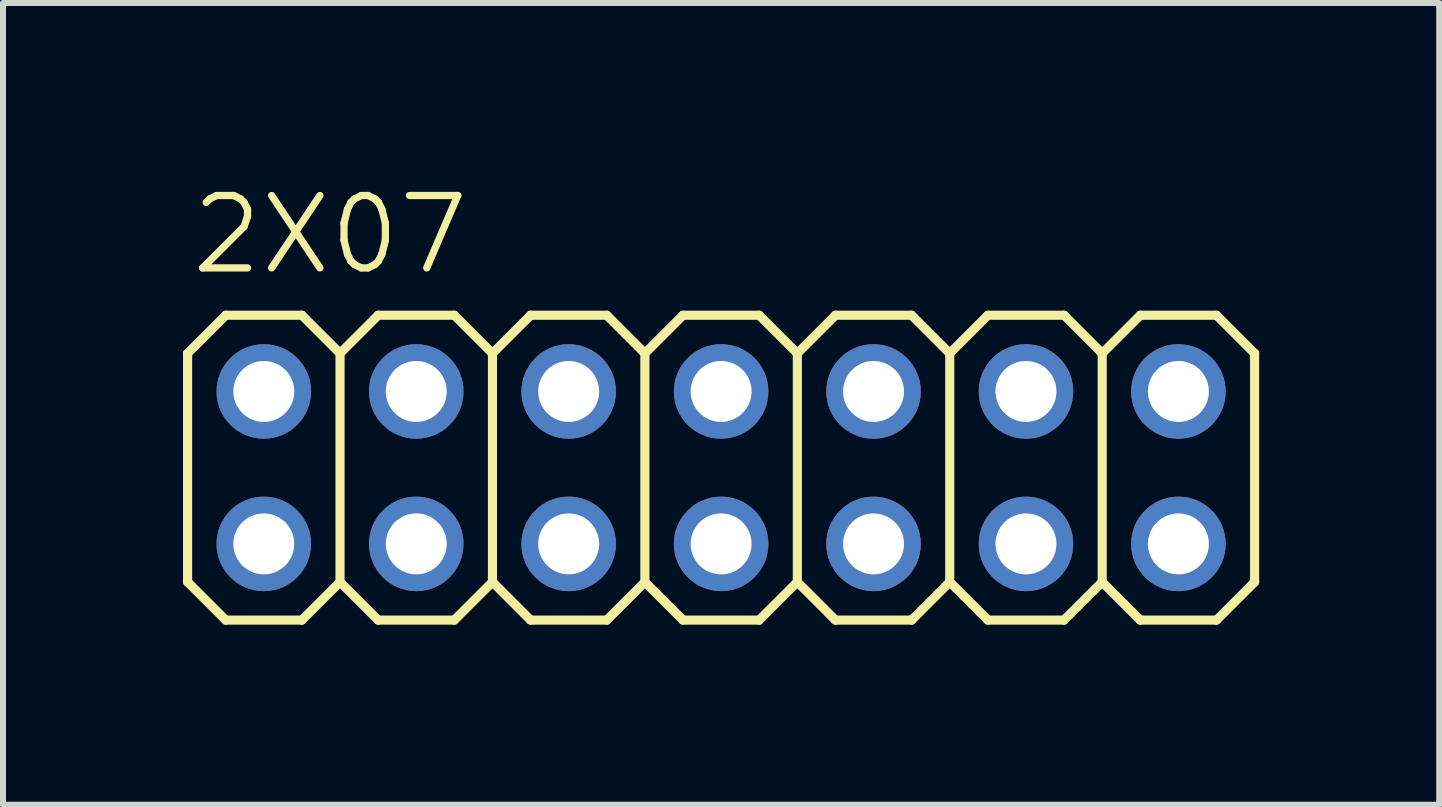
<source format=kicad_pcb>
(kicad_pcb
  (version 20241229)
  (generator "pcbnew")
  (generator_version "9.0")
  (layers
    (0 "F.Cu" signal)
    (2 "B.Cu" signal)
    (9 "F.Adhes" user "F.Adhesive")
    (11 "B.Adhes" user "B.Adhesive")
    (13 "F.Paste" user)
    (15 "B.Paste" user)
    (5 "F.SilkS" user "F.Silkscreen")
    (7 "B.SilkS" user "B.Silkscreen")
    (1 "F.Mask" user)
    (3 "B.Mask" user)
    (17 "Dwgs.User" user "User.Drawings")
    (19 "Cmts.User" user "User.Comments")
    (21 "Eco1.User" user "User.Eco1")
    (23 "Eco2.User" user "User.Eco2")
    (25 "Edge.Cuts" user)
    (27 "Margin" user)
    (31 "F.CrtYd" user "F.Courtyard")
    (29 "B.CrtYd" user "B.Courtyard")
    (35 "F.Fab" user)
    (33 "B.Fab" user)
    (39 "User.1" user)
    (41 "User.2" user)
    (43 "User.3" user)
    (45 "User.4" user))
  (footprint "2X07"
    (layer "F.Cu")
    (at 8.966 4.743)
    (property "Reference" "2X07" (at -8.89 -3.175 0) (layer "F.SilkS") (effects (font (size 1.206 1.206) (thickness 0.121)) (justify left bottom)))
    (attr through_hole)
    (fp_line (start -8.89 -1.905) (end -8.255 -2.54) (stroke (width 0.152) (type solid)) (layer "F.SilkS"))
    (fp_line (start -8.89 1.905) (end -8.89 -1.905) (stroke (width 0.152) (type solid)) (layer "F.SilkS"))
    (fp_line (start -8.89 1.905) (end -8.255 2.54) (stroke (width 0.152) (type solid)) (layer "F.SilkS"))
    (fp_line (start -8.255 -2.54) (end -6.985 -2.54) (stroke (width 0.152) (type solid)) (layer "F.SilkS"))
    (fp_line (start -8.255 2.54) (end -6.985 2.54) (stroke (width 0.152) (type solid)) (layer "F.SilkS"))
    (fp_line (start -6.985 -2.54) (end -6.35 -1.905) (stroke (width 0.152) (type solid)) (layer "F.SilkS"))
    (fp_line (start -6.985 2.54) (end -6.35 1.905) (stroke (width 0.152) (type solid)) (layer "F.SilkS"))
    (fp_line (start -6.35 -1.905) (end -6.35 1.905) (stroke (width 0.152) (type solid)) (layer "F.SilkS"))
    (fp_line (start -6.35 -1.905) (end -5.715 -2.54) (stroke (width 0.152) (type solid)) (layer "F.SilkS"))
    (fp_line (start -6.35 1.905) (end -5.715 2.54) (stroke (width 0.152) (type solid)) (layer "F.SilkS"))
    (fp_line (start -5.715 -2.54) (end -4.445 -2.54) (stroke (width 0.152) (type solid)) (layer "F.SilkS"))
    (fp_line (start -5.715 2.54) (end -4.445 2.54) (stroke (width 0.152) (type solid)) (layer "F.SilkS"))
    (fp_line (start -4.445 -2.54) (end -3.81 -1.905) (stroke (width 0.152) (type solid)) (layer "F.SilkS"))
    (fp_line (start -4.445 2.54) (end -3.81 1.905) (stroke (width 0.152) (type solid)) (layer "F.SilkS"))
    (fp_line (start -3.81 -1.905) (end -3.81 1.905) (stroke (width 0.152) (type solid)) (layer "F.SilkS"))
    (fp_line (start -3.81 -1.905) (end -3.175 -2.54) (stroke (width 0.152) (type solid)) (layer "F.SilkS"))
    (fp_line (start -3.81 1.905) (end -3.175 2.54) (stroke (width 0.152) (type solid)) (layer "F.SilkS"))
    (fp_line (start -3.175 -2.54) (end -1.905 -2.54) (stroke (width 0.152) (type solid)) (layer "F.SilkS"))
    (fp_line (start -3.175 2.54) (end -1.905 2.54) (stroke (width 0.152) (type solid)) (layer "F.SilkS"))
    (fp_line (start -1.905 -2.54) (end -1.27 -1.905) (stroke (width 0.152) (type solid)) (layer "F.SilkS"))
    (fp_line (start -1.905 2.54) (end -1.27 1.905) (stroke (width 0.152) (type solid)) (layer "F.SilkS"))
    (fp_line (start -1.27 -1.905) (end -1.27 1.905) (stroke (width 0.152) (type solid)) (layer "F.SilkS"))
    (fp_line (start -1.27 -1.905) (end -0.635 -2.54) (stroke (width 0.152) (type solid)) (layer "F.SilkS"))
    (fp_line (start -1.27 1.905) (end -0.635 2.54) (stroke (width 0.152) (type solid)) (layer "F.SilkS"))
    (fp_line (start -0.635 -2.54) (end 0.635 -2.54) (stroke (width 0.152) (type solid)) (layer "F.SilkS"))
    (fp_line (start -0.635 2.54) (end 0.635 2.54) (stroke (width 0.152) (type solid)) (layer "F.SilkS"))
    (fp_line (start 0.635 -2.54) (end 1.27 -1.905) (stroke (width 0.152) (type solid)) (layer "F.SilkS"))
    (fp_line (start 0.635 2.54) (end 1.27 1.905) (stroke (width 0.152) (type solid)) (layer "F.SilkS"))
    (fp_line (start 1.27 -1.905) (end 1.27 1.905) (stroke (width 0.152) (type solid)) (layer "F.SilkS"))
    (fp_line (start 1.27 -1.905) (end 1.905 -2.54) (stroke (width 0.152) (type solid)) (layer "F.SilkS"))
    (fp_line (start 1.27 1.905) (end 1.905 2.54) (stroke (width 0.152) (type solid)) (layer "F.SilkS"))
    (fp_line (start 1.905 -2.54) (end 3.175 -2.54) (stroke (width 0.152) (type solid)) (layer "F.SilkS"))
    (fp_line (start 1.905 2.54) (end 3.175 2.54) (stroke (width 0.152) (type solid)) (layer "F.SilkS"))
    (fp_line (start 3.175 -2.54) (end 3.81 -1.905) (stroke (width 0.152) (type solid)) (layer "F.SilkS"))
    (fp_line (start 3.175 2.54) (end 3.81 1.905) (stroke (width 0.152) (type solid)) (layer "F.SilkS"))
    (fp_line (start 3.81 -1.905) (end 3.81 1.905) (stroke (width 0.152) (type solid)) (layer "F.SilkS"))
    (fp_line (start 3.81 -1.905) (end 4.445 -2.54) (stroke (width 0.152) (type solid)) (layer "F.SilkS"))
    (fp_line (start 3.81 1.905) (end 4.445 2.54) (stroke (width 0.152) (type solid)) (layer "F.SilkS"))
    (fp_line (start 4.445 -2.54) (end 5.715 -2.54) (stroke (width 0.152) (type solid)) (layer "F.SilkS"))
    (fp_line (start 4.445 2.54) (end 5.715 2.54) (stroke (width 0.152) (type solid)) (layer "F.SilkS"))
    (fp_line (start 5.715 -2.54) (end 6.35 -1.905) (stroke (width 0.152) (type solid)) (layer "F.SilkS"))
    (fp_line (start 5.715 2.54) (end 6.35 1.905) (stroke (width 0.152) (type solid)) (layer "F.SilkS"))
    (fp_line (start 6.35 -1.905) (end 6.35 1.905) (stroke (width 0.152) (type solid)) (layer "F.SilkS"))
    (fp_line (start 6.35 -1.905) (end 6.985 -2.54) (stroke (width 0.152) (type solid)) (layer "F.SilkS"))
    (fp_line (start 6.35 1.905) (end 6.985 2.54) (stroke (width 0.152) (type solid)) (layer "F.SilkS"))
    (fp_line (start 6.985 -2.54) (end 8.255 -2.54) (stroke (width 0.152) (type solid)) (layer "F.SilkS"))
    (fp_line (start 6.985 2.54) (end 8.255 2.54) (stroke (width 0.152) (type solid)) (layer "F.SilkS"))
    (fp_line (start 8.255 -2.54) (end 8.89 -1.905) (stroke (width 0.152) (type solid)) (layer "F.SilkS"))
    (fp_line (start 8.255 2.54) (end 8.89 1.905) (stroke (width 0.152) (type solid)) (layer "F.SilkS"))
    (fp_line (start 8.89 -1.905) (end 8.89 1.905) (stroke (width 0.152) (type solid)) (layer "F.SilkS"))
    (fp_poly (pts (xy -7.874 -1.016) (xy -7.366 -1.016) (xy -7.366 -1.524) (xy -7.874 -1.524)) (stroke (width 0.1) (type solid)) (fill no) (layer "F.Fab"))
    (fp_poly (pts (xy -7.874 1.524) (xy -7.366 1.524) (xy -7.366 1.016) (xy -7.874 1.016)) (stroke (width 0.1) (type solid)) (fill no) (layer "F.Fab"))
    (fp_poly (pts (xy -5.334 -1.016) (xy -4.826 -1.016) (xy -4.826 -1.524) (xy -5.334 -1.524)) (stroke (width 0.1) (type solid)) (fill no) (layer "F.Fab"))
    (fp_poly (pts (xy -5.334 1.524) (xy -4.826 1.524) (xy -4.826 1.016) (xy -5.334 1.016)) (stroke (width 0.1) (type solid)) (fill no) (layer "F.Fab"))
    (fp_poly (pts (xy -2.794 -1.016) (xy -2.286 -1.016) (xy -2.286 -1.524) (xy -2.794 -1.524)) (stroke (width 0.1) (type solid)) (fill no) (layer "F.Fab"))
    (fp_poly (pts (xy -2.794 1.524) (xy -2.286 1.524) (xy -2.286 1.016) (xy -2.794 1.016)) (stroke (width 0.1) (type solid)) (fill no) (layer "F.Fab"))
    (fp_poly (pts (xy -0.254 -1.016) (xy 0.254 -1.016) (xy 0.254 -1.524) (xy -0.254 -1.524)) (stroke (width 0.1) (type solid)) (fill no) (layer "F.Fab"))
    (fp_poly (pts (xy -0.254 1.524) (xy 0.254 1.524) (xy 0.254 1.016) (xy -0.254 1.016)) (stroke (width 0.1) (type solid)) (fill no) (layer "F.Fab"))
    (fp_poly (pts (xy 2.286 -1.016) (xy 2.794 -1.016) (xy 2.794 -1.524) (xy 2.286 -1.524)) (stroke (width 0.1) (type solid)) (fill no) (layer "F.Fab"))
    (fp_poly (pts (xy 2.286 1.524) (xy 2.794 1.524) (xy 2.794 1.016) (xy 2.286 1.016)) (stroke (width 0.1) (type solid)) (fill no) (layer "F.Fab"))
    (fp_poly (pts (xy 4.826 -1.016) (xy 5.334 -1.016) (xy 5.334 -1.524) (xy 4.826 -1.524)) (stroke (width 0.1) (type solid)) (fill no) (layer "F.Fab"))
    (fp_poly (pts (xy 4.826 1.524) (xy 5.334 1.524) (xy 5.334 1.016) (xy 4.826 1.016)) (stroke (width 0.1) (type solid)) (fill no) (layer "F.Fab"))
    (fp_poly (pts (xy 7.366 -1.016) (xy 7.874 -1.016) (xy 7.874 -1.524) (xy 7.366 -1.524)) (stroke (width 0.1) (type solid)) (fill no) (layer "F.Fab"))
    (fp_poly (pts (xy 7.366 1.524) (xy 7.874 1.524) (xy 7.874 1.016) (xy 7.366 1.016)) (stroke (width 0.1) (type solid)) (fill no) (layer "F.Fab"))
    (pad "1" thru_hole circle (at -7.62 1.27) (size 1.575 1.575) (drill 1.016) (layers "*.Cu" "*.Mask"))
    (pad "2" thru_hole circle (at -7.62 -1.27) (size 1.575 1.575) (drill 1.016) (layers "*.Cu" "*.Mask"))
    (pad "3" thru_hole circle (at -5.08 1.27) (size 1.575 1.575) (drill 1.016) (layers "*.Cu" "*.Mask"))
    (pad "4" thru_hole circle (at -5.08 -1.27) (size 1.575 1.575) (drill 1.016) (layers "*.Cu" "*.Mask"))
    (pad "5" thru_hole circle (at -2.54 1.27) (size 1.575 1.575) (drill 1.016) (layers "*.Cu" "*.Mask"))
    (pad "6" thru_hole circle (at -2.54 -1.27) (size 1.575 1.575) (drill 1.016) (layers "*.Cu" "*.Mask"))
    (pad "7" thru_hole circle (at 0 1.27) (size 1.575 1.575) (drill 1.016) (layers "*.Cu" "*.Mask"))
    (pad "8" thru_hole circle (at 0 -1.27) (size 1.575 1.575) (drill 1.016) (layers "*.Cu" "*.Mask"))
    (pad "9" thru_hole circle (at 2.54 1.27) (size 1.575 1.575) (drill 1.016) (layers "*.Cu" "*.Mask"))
    (pad "10" thru_hole circle (at 2.54 -1.27) (size 1.575 1.575) (drill 1.016) (layers "*.Cu" "*.Mask"))
    (pad "11" thru_hole circle (at 5.08 1.27) (size 1.575 1.575) (drill 1.016) (layers "*.Cu" "*.Mask"))
    (pad "12" thru_hole circle (at 5.08 -1.27) (size 1.575 1.575) (drill 1.016) (layers "*.Cu" "*.Mask"))
    (pad "13" thru_hole circle (at 7.62 1.27) (size 1.575 1.575) (drill 1.016) (layers "*.Cu" "*.Mask"))
    (pad "14" thru_hole circle (at 7.62 -1.27) (size 1.575 1.575) (drill 1.016) (layers "*.Cu" "*.Mask")))
  (gr_rect
    (start -3 -3)
    (end 20.932 10.36)
    (stroke (width 0.1) (type default))
    (fill no)
    (layer "Edge.Cuts")))
</source>
